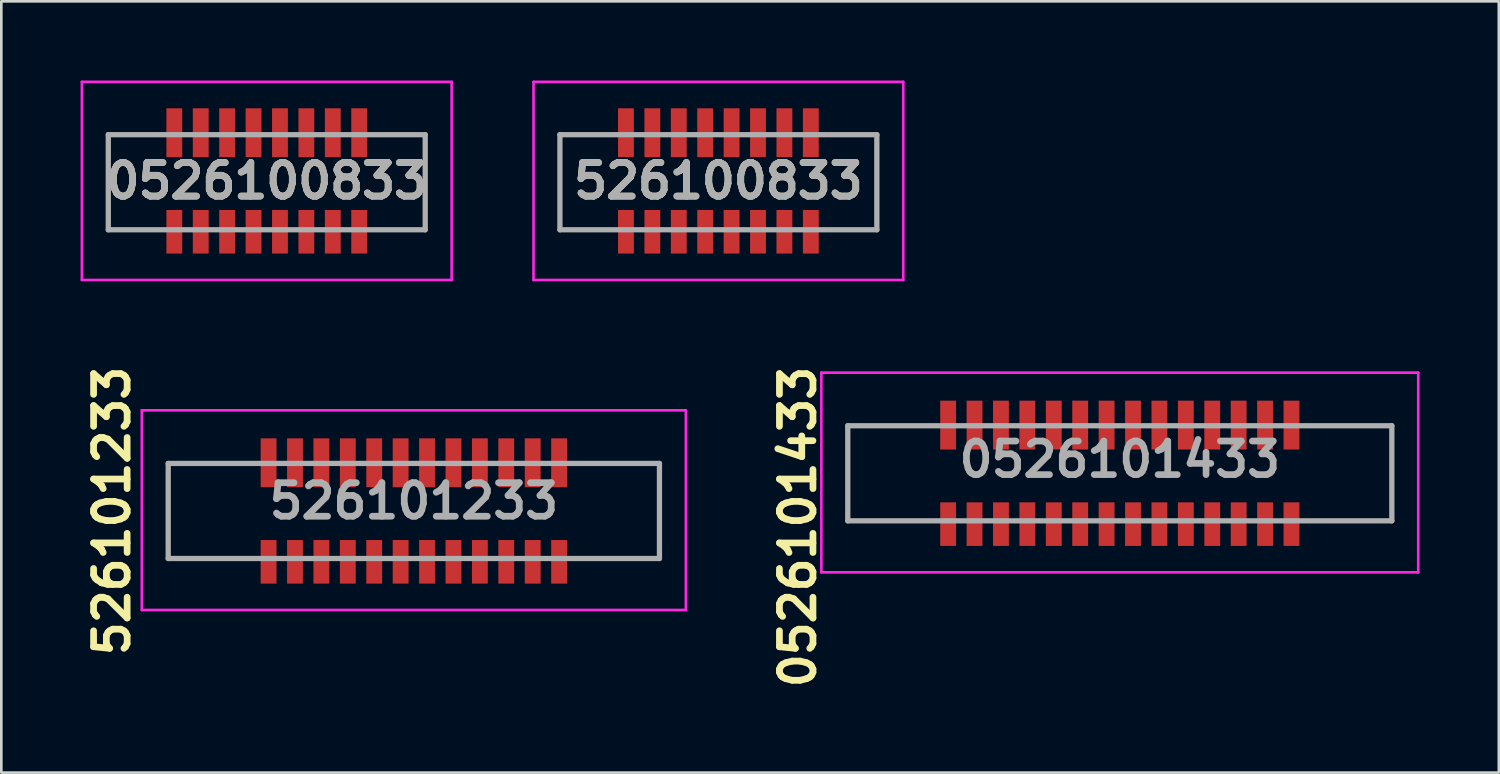
<source format=kicad_pcb>
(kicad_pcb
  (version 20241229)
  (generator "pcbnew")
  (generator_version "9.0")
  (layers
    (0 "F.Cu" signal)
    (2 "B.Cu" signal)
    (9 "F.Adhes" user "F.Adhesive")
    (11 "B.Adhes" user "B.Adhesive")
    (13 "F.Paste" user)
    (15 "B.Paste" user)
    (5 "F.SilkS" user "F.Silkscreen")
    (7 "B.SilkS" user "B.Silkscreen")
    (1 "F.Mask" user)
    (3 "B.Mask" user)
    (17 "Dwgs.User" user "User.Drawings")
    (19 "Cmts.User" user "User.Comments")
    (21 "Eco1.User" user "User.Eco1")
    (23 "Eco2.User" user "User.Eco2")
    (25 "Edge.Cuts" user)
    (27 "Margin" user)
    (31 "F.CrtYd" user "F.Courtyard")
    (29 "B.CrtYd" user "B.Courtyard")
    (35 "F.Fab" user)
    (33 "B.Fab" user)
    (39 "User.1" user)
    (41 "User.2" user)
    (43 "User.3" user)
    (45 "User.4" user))
  (footprint "526101233"
    (layer "F.Cu")
    (at 12.619 16.297)
    (property "Reference" "526101233" (at -11.43 0 90) (layer "F.SilkS") (effects (font (size 1.27 1.27) (thickness 0.254))))
    (attr smd)
    (fp_line (start -9.3 -1.8) (end -9.3 -1.8) (stroke (width 0.1) (type solid)) (layer "F.SilkS"))
    (fp_line (start -9.3 -1.8) (end -9.3 -1.8) (stroke (width 0.1) (type solid)) (layer "F.SilkS"))
    (fp_line (start -9.3 -1.8) (end -9.3 1.8) (stroke (width 0.1) (type solid)) (layer "F.SilkS"))
    (fp_line (start -9.3 -1.8) (end -6.5 -1.8) (stroke (width 0.1) (type solid)) (layer "F.SilkS"))
    (fp_line (start -9.3 1.8) (end -9.3 -1.8) (stroke (width 0.1) (type solid)) (layer "F.SilkS"))
    (fp_line (start -9.3 1.8) (end -9.3 1.8) (stroke (width 0.1) (type solid)) (layer "F.SilkS"))
    (fp_line (start -9.3 1.8) (end -9.3 1.8) (stroke (width 0.1) (type solid)) (layer "F.SilkS"))
    (fp_line (start -9.3 1.8) (end -6.5 1.8) (stroke (width 0.1) (type solid)) (layer "F.SilkS"))
    (fp_line (start -6.5 -1.8) (end -9.3 -1.8) (stroke (width 0.1) (type solid)) (layer "F.SilkS"))
    (fp_line (start -6.5 -1.8) (end -6.5 -1.8) (stroke (width 0.1) (type solid)) (layer "F.SilkS"))
    (fp_line (start -6.5 1.8) (end -9.3 1.8) (stroke (width 0.1) (type solid)) (layer "F.SilkS"))
    (fp_line (start -6.5 1.8) (end -6.5 1.8) (stroke (width 0.1) (type solid)) (layer "F.SilkS"))
    (fp_line (start 6.5 -1.8) (end 6.5 -1.8) (stroke (width 0.1) (type solid)) (layer "F.SilkS"))
    (fp_line (start 6.5 -1.8) (end 9.3 -1.8) (stroke (width 0.1) (type solid)) (layer "F.SilkS"))
    (fp_line (start 6.5 1.8) (end 6.5 1.8) (stroke (width 0.1) (type solid)) (layer "F.SilkS"))
    (fp_line (start 6.5 1.8) (end 9.3 1.8) (stroke (width 0.1) (type solid)) (layer "F.SilkS"))
    (fp_line (start 9.3 -1.8) (end 6.5 -1.8) (stroke (width 0.1) (type solid)) (layer "F.SilkS"))
    (fp_line (start 9.3 -1.8) (end 9.3 -1.8) (stroke (width 0.1) (type solid)) (layer "F.SilkS"))
    (fp_line (start 9.3 -1.8) (end 9.3 -1.8) (stroke (width 0.1) (type solid)) (layer "F.SilkS"))
    (fp_line (start 9.3 -1.8) (end 9.3 1.8) (stroke (width 0.1) (type solid)) (layer "F.SilkS"))
    (fp_line (start 9.3 1.8) (end 6.5 1.8) (stroke (width 0.1) (type solid)) (layer "F.SilkS"))
    (fp_line (start 9.3 1.8) (end 9.3 -1.8) (stroke (width 0.1) (type solid)) (layer "F.SilkS"))
    (fp_line (start 9.3 1.8) (end 9.3 1.8) (stroke (width 0.1) (type solid)) (layer "F.SilkS"))
    (fp_line (start 9.3 1.8) (end 9.3 1.8) (stroke (width 0.1) (type solid)) (layer "F.SilkS"))
    (fp_line (start -10.3 -3.81) (end 10.3 -3.81) (stroke (width 0.1) (type solid)) (layer "F.CrtYd"))
    (fp_line (start -10.3 3.75) (end -10.3 -3.81) (stroke (width 0.1) (type solid)) (layer "F.CrtYd"))
    (fp_line (start 10.3 -3.81) (end 10.3 3.75) (stroke (width 0.1) (type solid)) (layer "F.CrtYd"))
    (fp_line (start 10.3 3.75) (end -10.3 3.75) (stroke (width 0.1) (type solid)) (layer "F.CrtYd"))
    (fp_line (start -9.3 -1.8) (end -9.3 1.8) (stroke (width 0.2) (type solid)) (layer "F.Fab"))
    (fp_line (start -9.3 1.8) (end 9.3 1.8) (stroke (width 0.2) (type solid)) (layer "F.Fab"))
    (fp_line (start 9.3 -1.8) (end -9.3 -1.8) (stroke (width 0.2) (type solid)) (layer "F.Fab"))
    (fp_line (start 9.3 1.8) (end 9.3 -1.8) (stroke (width 0.2) (type solid)) (layer "F.Fab"))
    (fp_text user "${REFERENCE}" (at 0 -0.375 0) (layer "F.Fab") (effects (font (size 1.27 1.27) (thickness 0.254))))
    (pad "1" smd rect (at -5.5 -1.825) (size 0.6 1.85) (layers "F.Cu" "F.Mask" "F.Paste"))
    (pad "2" smd rect (at -5.5 1.925) (size 0.6 1.65) (layers "F.Cu" "F.Mask" "F.Paste"))
    (pad "3" smd rect (at -4.5 -1.825) (size 0.6 1.85) (layers "F.Cu" "F.Mask" "F.Paste"))
    (pad "4" smd rect (at -4.5 1.925) (size 0.6 1.65) (layers "F.Cu" "F.Mask" "F.Paste"))
    (pad "5" smd rect (at -3.5 -1.825) (size 0.6 1.85) (layers "F.Cu" "F.Mask" "F.Paste"))
    (pad "6" smd rect (at -3.5 1.925) (size 0.6 1.65) (layers "F.Cu" "F.Mask" "F.Paste"))
    (pad "7" smd rect (at -2.5 -1.825) (size 0.6 1.85) (layers "F.Cu" "F.Mask" "F.Paste"))
    (pad "8" smd rect (at -2.5 1.925) (size 0.6 1.65) (layers "F.Cu" "F.Mask" "F.Paste"))
    (pad "9" smd rect (at -1.5 -1.825) (size 0.6 1.85) (layers "F.Cu" "F.Mask" "F.Paste"))
    (pad "10" smd rect (at -1.5 1.925) (size 0.6 1.65) (layers "F.Cu" "F.Mask" "F.Paste"))
    (pad "11" smd rect (at -0.5 -1.825) (size 0.6 1.85) (layers "F.Cu" "F.Mask" "F.Paste"))
    (pad "12" smd rect (at -0.5 1.925) (size 0.6 1.65) (layers "F.Cu" "F.Mask" "F.Paste"))
    (pad "13" smd rect (at 0.5 -1.825) (size 0.6 1.85) (layers "F.Cu" "F.Mask" "F.Paste"))
    (pad "14" smd rect (at 0.5 1.925) (size 0.6 1.65) (layers "F.Cu" "F.Mask" "F.Paste"))
    (pad "15" smd rect (at 1.5 -1.825) (size 0.6 1.85) (layers "F.Cu" "F.Mask" "F.Paste"))
    (pad "16" smd rect (at 1.5 1.925) (size 0.6 1.65) (layers "F.Cu" "F.Mask" "F.Paste"))
    (pad "17" smd rect (at 2.5 -1.825) (size 0.6 1.85) (layers "F.Cu" "F.Mask" "F.Paste"))
    (pad "18" smd rect (at 2.5 1.925) (size 0.6 1.65) (layers "F.Cu" "F.Mask" "F.Paste"))
    (pad "19" smd rect (at 3.5 -1.825) (size 0.6 1.85) (layers "F.Cu" "F.Mask" "F.Paste"))
    (pad "20" smd rect (at 3.5 1.925) (size 0.6 1.65) (layers "F.Cu" "F.Mask" "F.Paste"))
    (pad "21" smd rect (at 4.5 -1.825) (size 0.6 1.85) (layers "F.Cu" "F.Mask" "F.Paste"))
    (pad "22" smd rect (at 4.5 1.925) (size 0.6 1.65) (layers "F.Cu" "F.Mask" "F.Paste"))
    (pad "23" smd rect (at 5.5 -1.825) (size 0.6 1.85) (layers "F.Cu" "F.Mask" "F.Paste"))
    (pad "24" smd rect (at 5.5 1.925) (size 0.6 1.65) (layers "F.Cu" "F.Mask" "F.Paste")))
  (footprint "0526101433"
    (layer "F.Cu")
    (at 39.349 14.87)
    (property "Reference" "0526101433" (at -12.192 2.032 90) (layer "F.SilkS") (effects (font (size 1.27 1.27) (thickness 0.254))))
    (attr smd)
    (fp_line (start -10.3 -1.8) (end -10.3 -1.8) (stroke (width 0.1) (type solid)) (layer "F.SilkS"))
    (fp_line (start -10.3 -1.8) (end -10.3 -1.8) (stroke (width 0.1) (type solid)) (layer "F.SilkS"))
    (fp_line (start -10.3 -1.8) (end -10.3 1.8) (stroke (width 0.1) (type solid)) (layer "F.SilkS"))
    (fp_line (start -10.3 -1.8) (end -7.5 -1.8) (stroke (width 0.1) (type solid)) (layer "F.SilkS"))
    (fp_line (start -10.3 1.8) (end -10.3 -1.8) (stroke (width 0.1) (type solid)) (layer "F.SilkS"))
    (fp_line (start -10.3 1.8) (end -10.3 1.8) (stroke (width 0.1) (type solid)) (layer "F.SilkS"))
    (fp_line (start -10.3 1.8) (end -10.3 1.8) (stroke (width 0.1) (type solid)) (layer "F.SilkS"))
    (fp_line (start -10.3 1.8) (end -7.5 1.8) (stroke (width 0.1) (type solid)) (layer "F.SilkS"))
    (fp_line (start -7.5 -1.8) (end -10.3 -1.8) (stroke (width 0.1) (type solid)) (layer "F.SilkS"))
    (fp_line (start -7.5 -1.8) (end -7.5 -1.8) (stroke (width 0.1) (type solid)) (layer "F.SilkS"))
    (fp_line (start -7.5 1.8) (end -10.3 1.8) (stroke (width 0.1) (type solid)) (layer "F.SilkS"))
    (fp_line (start -7.5 1.8) (end -7.5 1.8) (stroke (width 0.1) (type solid)) (layer "F.SilkS"))
    (fp_line (start 7.5 -1.8) (end 7.5 -1.8) (stroke (width 0.1) (type solid)) (layer "F.SilkS"))
    (fp_line (start 7.5 -1.8) (end 10.3 -1.8) (stroke (width 0.1) (type solid)) (layer "F.SilkS"))
    (fp_line (start 7.5 1.8) (end 7.5 1.8) (stroke (width 0.1) (type solid)) (layer "F.SilkS"))
    (fp_line (start 7.5 1.8) (end 10.3 1.8) (stroke (width 0.1) (type solid)) (layer "F.SilkS"))
    (fp_line (start 10.3 -1.8) (end 7.5 -1.8) (stroke (width 0.1) (type solid)) (layer "F.SilkS"))
    (fp_line (start 10.3 -1.8) (end 10.3 -1.8) (stroke (width 0.1) (type solid)) (layer "F.SilkS"))
    (fp_line (start 10.3 -1.8) (end 10.3 -1.8) (stroke (width 0.1) (type solid)) (layer "F.SilkS"))
    (fp_line (start 10.3 -1.8) (end 10.3 1.8) (stroke (width 0.1) (type solid)) (layer "F.SilkS"))
    (fp_line (start 10.3 1.8) (end 7.5 1.8) (stroke (width 0.1) (type solid)) (layer "F.SilkS"))
    (fp_line (start 10.3 1.8) (end 10.3 -1.8) (stroke (width 0.1) (type solid)) (layer "F.SilkS"))
    (fp_line (start 10.3 1.8) (end 10.3 1.8) (stroke (width 0.1) (type solid)) (layer "F.SilkS"))
    (fp_line (start 10.3 1.8) (end 10.3 1.8) (stroke (width 0.1) (type solid)) (layer "F.SilkS"))
    (fp_line (start -11.3 3.75) (end -11.3 -3.81) (stroke (width 0.1) (type solid)) (layer "F.CrtYd"))
    (fp_line (start 11.3 -3.81) (end -11.3 -3.81) (stroke (width 0.1) (type solid)) (layer "F.CrtYd"))
    (fp_line (start 11.3 3.75) (end -11.3 3.75) (stroke (width 0.1) (type solid)) (layer "F.CrtYd"))
    (fp_line (start 11.3 3.75) (end 11.3 -3.81) (stroke (width 0.1) (type solid)) (layer "F.CrtYd"))
    (fp_line (start -10.3 -1.8) (end -10.3 1.8) (stroke (width 0.2) (type solid)) (layer "F.Fab"))
    (fp_line (start -10.3 1.8) (end 10.3 1.8) (stroke (width 0.2) (type solid)) (layer "F.Fab"))
    (fp_line (start 10.3 -1.8) (end -10.3 -1.8) (stroke (width 0.2) (type solid)) (layer "F.Fab"))
    (fp_line (start 10.3 1.8) (end 10.3 -1.8) (stroke (width 0.2) (type solid)) (layer "F.Fab"))
    (fp_text user "${REFERENCE}" (at 0 -0.525 0) (layer "F.Fab") (effects (font (size 1.27 1.27) (thickness 0.254))))
    (pad "1" smd rect (at -6.5 -1.825) (size 0.6 1.85) (layers "F.Cu" "F.Mask" "F.Paste"))
    (pad "2" smd rect (at -6.5 1.925) (size 0.6 1.65) (layers "F.Cu" "F.Mask" "F.Paste"))
    (pad "3" smd rect (at -5.5 -1.825) (size 0.6 1.85) (layers "F.Cu" "F.Mask" "F.Paste"))
    (pad "4" smd rect (at -5.5 1.925) (size 0.6 1.65) (layers "F.Cu" "F.Mask" "F.Paste"))
    (pad "5" smd rect (at -4.5 -1.825) (size 0.6 1.85) (layers "F.Cu" "F.Mask" "F.Paste"))
    (pad "6" smd rect (at -4.5 1.925) (size 0.6 1.65) (layers "F.Cu" "F.Mask" "F.Paste"))
    (pad "7" smd rect (at -3.5 -1.825) (size 0.6 1.85) (layers "F.Cu" "F.Mask" "F.Paste"))
    (pad "8" smd rect (at -3.5 1.925) (size 0.6 1.65) (layers "F.Cu" "F.Mask" "F.Paste"))
    (pad "9" smd rect (at -2.5 -1.825) (size 0.6 1.85) (layers "F.Cu" "F.Mask" "F.Paste"))
    (pad "10" smd rect (at -2.5 1.925) (size 0.6 1.65) (layers "F.Cu" "F.Mask" "F.Paste"))
    (pad "11" smd rect (at -1.5 -1.825) (size 0.6 1.85) (layers "F.Cu" "F.Mask" "F.Paste"))
    (pad "12" smd rect (at -1.5 1.925) (size 0.6 1.65) (layers "F.Cu" "F.Mask" "F.Paste"))
    (pad "13" smd rect (at -0.5 -1.825) (size 0.6 1.85) (layers "F.Cu" "F.Mask" "F.Paste"))
    (pad "14" smd rect (at -0.5 1.925) (size 0.6 1.65) (layers "F.Cu" "F.Mask" "F.Paste"))
    (pad "15" smd rect (at 0.5 -1.825) (size 0.6 1.85) (layers "F.Cu" "F.Mask" "F.Paste"))
    (pad "16" smd rect (at 0.5 1.925) (size 0.6 1.65) (layers "F.Cu" "F.Mask" "F.Paste"))
    (pad "17" smd rect (at 1.5 -1.825) (size 0.6 1.85) (layers "F.Cu" "F.Mask" "F.Paste"))
    (pad "18" smd rect (at 1.5 1.925) (size 0.6 1.65) (layers "F.Cu" "F.Mask" "F.Paste"))
    (pad "19" smd rect (at 2.5 -1.825) (size 0.6 1.85) (layers "F.Cu" "F.Mask" "F.Paste"))
    (pad "20" smd rect (at 2.5 1.925) (size 0.6 1.65) (layers "F.Cu" "F.Mask" "F.Paste"))
    (pad "21" smd rect (at 3.5 -1.825) (size 0.6 1.85) (layers "F.Cu" "F.Mask" "F.Paste"))
    (pad "22" smd rect (at 3.5 1.925) (size 0.6 1.65) (layers "F.Cu" "F.Mask" "F.Paste"))
    (pad "23" smd rect (at 4.5 -1.825) (size 0.6 1.85) (layers "F.Cu" "F.Mask" "F.Paste"))
    (pad "24" smd rect (at 4.5 1.925) (size 0.6 1.65) (layers "F.Cu" "F.Mask" "F.Paste"))
    (pad "25" smd rect (at 5.5 -1.825) (size 0.6 1.85) (layers "F.Cu" "F.Mask" "F.Paste"))
    (pad "26" smd rect (at 5.5 1.925) (size 0.6 1.65) (layers "F.Cu" "F.Mask" "F.Paste"))
    (pad "27" smd rect (at 6.5 -1.825) (size 0.6 1.85) (layers "F.Cu" "F.Mask" "F.Paste"))
    (pad "28" smd rect (at 6.5 1.925) (size 0.6 1.65) (layers "F.Cu" "F.Mask" "F.Paste")))
  (footprint "0526100833"
    (layer "F.Cu")
    (at 7.05 3.85)
    (property "Reference" "0526100833" (at 0 -0.05 0) (layer "F.SilkS") (effects (font (size 1.27 1.27) (thickness 0.254))))
    (attr smd)
    (fp_line (start -6 -1.8) (end -4.5 -1.8) (stroke (width 0.1) (type solid)) (layer "F.SilkS"))
    (fp_line (start -6 1.8) (end -6 -1.8) (stroke (width 0.1) (type solid)) (layer "F.SilkS"))
    (fp_line (start -4.5 1.8) (end -6 1.8) (stroke (width 0.1) (type solid)) (layer "F.SilkS"))
    (fp_line (start 4.5 -1.8) (end 6 -1.8) (stroke (width 0.1) (type solid)) (layer "F.SilkS"))
    (fp_line (start 6 -1.8) (end 6 1.8) (stroke (width 0.1) (type solid)) (layer "F.SilkS"))
    (fp_line (start 6 1.8) (end 4.5 1.8) (stroke (width 0.1) (type solid)) (layer "F.SilkS"))
    (fp_line (start -7 -3.8) (end 7 -3.8) (stroke (width 0.1) (type solid)) (layer "F.CrtYd"))
    (fp_line (start -7 3.7) (end -7 -3.8) (stroke (width 0.1) (type solid)) (layer "F.CrtYd"))
    (fp_line (start 7 -3.8) (end 7 3.7) (stroke (width 0.1) (type solid)) (layer "F.CrtYd"))
    (fp_line (start 7 3.7) (end -7 3.7) (stroke (width 0.1) (type solid)) (layer "F.CrtYd"))
    (fp_line (start -6 -1.8) (end 6 -1.8) (stroke (width 0.2) (type solid)) (layer "F.Fab"))
    (fp_line (start -6 1.8) (end -6 -1.8) (stroke (width 0.2) (type solid)) (layer "F.Fab"))
    (fp_line (start 6 -1.8) (end 6 1.8) (stroke (width 0.2) (type solid)) (layer "F.Fab"))
    (fp_line (start 6 1.8) (end -6 1.8) (stroke (width 0.2) (type solid)) (layer "F.Fab"))
    (fp_text user "${REFERENCE}" (at 0 -0.05 0) (layer "F.Fab") (effects (font (size 1.27 1.27) (thickness 0.254))))
    (pad "1" smd rect (at -3.5 1.875) (size 0.6 1.65) (layers "F.Cu" "F.Mask" "F.Paste"))
    (pad "2" smd rect (at -3.5 -1.875) (size 0.6 1.85) (layers "F.Cu" "F.Mask" "F.Paste"))
    (pad "3" smd rect (at -2.5 1.875) (size 0.6 1.65) (layers "F.Cu" "F.Mask" "F.Paste"))
    (pad "4" smd rect (at -2.5 -1.875) (size 0.6 1.85) (layers "F.Cu" "F.Mask" "F.Paste"))
    (pad "5" smd rect (at -1.5 1.875) (size 0.6 1.65) (layers "F.Cu" "F.Mask" "F.Paste"))
    (pad "6" smd rect (at -1.5 -1.875) (size 0.6 1.85) (layers "F.Cu" "F.Mask" "F.Paste"))
    (pad "7" smd rect (at -0.5 1.875) (size 0.6 1.65) (layers "F.Cu" "F.Mask" "F.Paste"))
    (pad "8" smd rect (at -0.5 -1.875) (size 0.6 1.85) (layers "F.Cu" "F.Mask" "F.Paste"))
    (pad "9" smd rect (at 0.5 1.875) (size 0.6 1.65) (layers "F.Cu" "F.Mask" "F.Paste"))
    (pad "10" smd rect (at 0.5 -1.875) (size 0.6 1.85) (layers "F.Cu" "F.Mask" "F.Paste"))
    (pad "11" smd rect (at 1.5 1.875) (size 0.6 1.65) (layers "F.Cu" "F.Mask" "F.Paste"))
    (pad "12" smd rect (at 1.5 -1.875) (size 0.6 1.85) (layers "F.Cu" "F.Mask" "F.Paste"))
    (pad "13" smd rect (at 2.5 1.875) (size 0.6 1.65) (layers "F.Cu" "F.Mask" "F.Paste"))
    (pad "14" smd rect (at 2.5 -1.875) (size 0.6 1.85) (layers "F.Cu" "F.Mask" "F.Paste"))
    (pad "15" smd rect (at 3.5 1.875) (size 0.6 1.65) (layers "F.Cu" "F.Mask" "F.Paste"))
    (pad "16" smd rect (at 3.5 -1.875) (size 0.6 1.85) (layers "F.Cu" "F.Mask" "F.Paste")))
  (footprint "526100833"
    (layer "F.Cu")
    (at 24.15 3.85)
    (property "Reference" "526100833" (at 0 -0.05 0) (layer "F.SilkS") (effects (font (size 1.27 1.27) (thickness 0.254))))
    (attr smd)
    (fp_line (start -6 -1.8) (end -4.5 -1.8) (stroke (width 0.1) (type solid)) (layer "F.SilkS"))
    (fp_line (start -6 1.8) (end -6 -1.8) (stroke (width 0.1) (type solid)) (layer "F.SilkS"))
    (fp_line (start -4.5 1.8) (end -6 1.8) (stroke (width 0.1) (type solid)) (layer "F.SilkS"))
    (fp_line (start 4.5 -1.8) (end 6 -1.8) (stroke (width 0.1) (type solid)) (layer "F.SilkS"))
    (fp_line (start 6 -1.8) (end 6 1.8) (stroke (width 0.1) (type solid)) (layer "F.SilkS"))
    (fp_line (start 6 1.8) (end 4.5 1.8) (stroke (width 0.1) (type solid)) (layer "F.SilkS"))
    (fp_line (start -7 -3.8) (end 7 -3.8) (stroke (width 0.1) (type solid)) (layer "F.CrtYd"))
    (fp_line (start -7 3.7) (end -7 -3.8) (stroke (width 0.1) (type solid)) (layer "F.CrtYd"))
    (fp_line (start 7 -3.8) (end 7 3.7) (stroke (width 0.1) (type solid)) (layer "F.CrtYd"))
    (fp_line (start 7 3.7) (end -7 3.7) (stroke (width 0.1) (type solid)) (layer "F.CrtYd"))
    (fp_line (start -6 -1.8) (end 6 -1.8) (stroke (width 0.2) (type solid)) (layer "F.Fab"))
    (fp_line (start -6 1.8) (end -6 -1.8) (stroke (width 0.2) (type solid)) (layer "F.Fab"))
    (fp_line (start 6 -1.8) (end 6 1.8) (stroke (width 0.2) (type solid)) (layer "F.Fab"))
    (fp_line (start 6 1.8) (end -6 1.8) (stroke (width 0.2) (type solid)) (layer "F.Fab"))
    (fp_text user "${REFERENCE}" (at 0 -0.05 0) (layer "F.Fab") (effects (font (size 1.27 1.27) (thickness 0.254))))
    (pad "1" smd rect (at -3.5 1.875) (size 0.6 1.65) (layers "F.Cu" "F.Mask" "F.Paste"))
    (pad "2" smd rect (at -3.5 -1.875) (size 0.6 1.85) (layers "F.Cu" "F.Mask" "F.Paste"))
    (pad "3" smd rect (at -2.5 1.875) (size 0.6 1.65) (layers "F.Cu" "F.Mask" "F.Paste"))
    (pad "4" smd rect (at -2.5 -1.875) (size 0.6 1.85) (layers "F.Cu" "F.Mask" "F.Paste"))
    (pad "5" smd rect (at -1.5 1.875) (size 0.6 1.65) (layers "F.Cu" "F.Mask" "F.Paste"))
    (pad "6" smd rect (at -1.5 -1.875) (size 0.6 1.85) (layers "F.Cu" "F.Mask" "F.Paste"))
    (pad "7" smd rect (at -0.5 1.875) (size 0.6 1.65) (layers "F.Cu" "F.Mask" "F.Paste"))
    (pad "8" smd rect (at -0.5 -1.875) (size 0.6 1.85) (layers "F.Cu" "F.Mask" "F.Paste"))
    (pad "9" smd rect (at 0.5 1.875) (size 0.6 1.65) (layers "F.Cu" "F.Mask" "F.Paste"))
    (pad "10" smd rect (at 0.5 -1.875) (size 0.6 1.85) (layers "F.Cu" "F.Mask" "F.Paste"))
    (pad "11" smd rect (at 1.5 1.875) (size 0.6 1.65) (layers "F.Cu" "F.Mask" "F.Paste"))
    (pad "12" smd rect (at 1.5 -1.875) (size 0.6 1.85) (layers "F.Cu" "F.Mask" "F.Paste"))
    (pad "13" smd rect (at 2.5 1.875) (size 0.6 1.65) (layers "F.Cu" "F.Mask" "F.Paste"))
    (pad "14" smd rect (at 2.5 -1.875) (size 0.6 1.85) (layers "F.Cu" "F.Mask" "F.Paste"))
    (pad "15" smd rect (at 3.5 1.875) (size 0.6 1.65) (layers "F.Cu" "F.Mask" "F.Paste"))
    (pad "16" smd rect (at 3.5 -1.875) (size 0.6 1.85) (layers "F.Cu" "F.Mask" "F.Paste")))
  (gr_rect
    (start -3 -3)
    (end 53.699 26.203)
    (stroke (width 0.1) (type default))
    (fill no)
    (layer "Edge.Cuts")))
</source>
